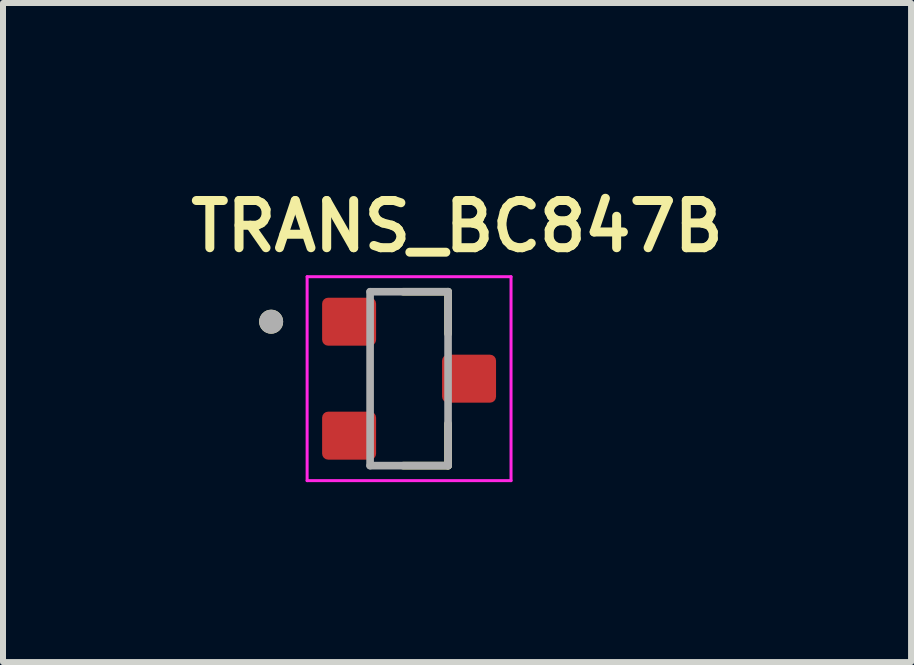
<source format=kicad_pcb>
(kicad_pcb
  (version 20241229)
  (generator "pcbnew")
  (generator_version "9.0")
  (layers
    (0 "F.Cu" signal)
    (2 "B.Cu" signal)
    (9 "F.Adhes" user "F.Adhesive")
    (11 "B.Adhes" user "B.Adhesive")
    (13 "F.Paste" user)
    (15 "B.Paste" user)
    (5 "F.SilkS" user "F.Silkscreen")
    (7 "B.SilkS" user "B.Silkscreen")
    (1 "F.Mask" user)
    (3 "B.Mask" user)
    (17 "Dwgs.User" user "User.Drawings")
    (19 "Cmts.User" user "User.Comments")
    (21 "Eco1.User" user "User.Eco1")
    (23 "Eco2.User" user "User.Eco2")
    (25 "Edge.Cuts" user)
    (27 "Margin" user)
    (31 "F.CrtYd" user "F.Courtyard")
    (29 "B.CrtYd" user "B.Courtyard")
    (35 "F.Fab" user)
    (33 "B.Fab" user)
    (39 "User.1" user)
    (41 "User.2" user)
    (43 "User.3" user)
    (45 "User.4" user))
  (footprint "TRANS_BC847B"
    (layer "F.Cu")
    (at 3.771 3.264)
    (property "Reference" "TRANS_BC847B" (at 0.8 -2.54 0) (layer "F.SilkS") (effects (font (size 0.787 0.787) (thickness 0.15))))
    (attr smd)
    (fp_line (start -0.1 -1.45) (end 0.65 -1.45) (stroke (width 0.127) (type solid)) (layer "F.SilkS"))
    (fp_line (start 0.65 -1.45) (end 0.65 -0.75) (stroke (width 0.127) (type solid)) (layer "F.SilkS"))
    (fp_line (start 0.65 0.75) (end 0.65 1.45) (stroke (width 0.127) (type solid)) (layer "F.SilkS"))
    (fp_line (start 0.65 1.45) (end -0.1 1.45) (stroke (width 0.127) (type solid)) (layer "F.SilkS"))
    (fp_circle (center -2.3 -0.95) (end -2.2 -0.95) (stroke (width 0.2) (type solid)) (fill no) (layer "F.SilkS"))
    (fp_line (start -1.7 -1.7) (end 1.7 -1.7) (stroke (width 0.05) (type solid)) (layer "F.CrtYd"))
    (fp_line (start -1.7 1.7) (end -1.7 -1.7) (stroke (width 0.05) (type solid)) (layer "F.CrtYd"))
    (fp_line (start 1.7 -1.7) (end 1.7 1.7) (stroke (width 0.05) (type solid)) (layer "F.CrtYd"))
    (fp_line (start 1.7 1.7) (end -1.7 1.7) (stroke (width 0.05) (type solid)) (layer "F.CrtYd"))
    (fp_line (start -0.65 -1.45) (end 0.65 -1.45) (stroke (width 0.127) (type solid)) (layer "F.Fab"))
    (fp_line (start -0.65 1.45) (end -0.65 -1.45) (stroke (width 0.127) (type solid)) (layer "F.Fab"))
    (fp_line (start 0.65 -1.45) (end 0.65 1.45) (stroke (width 0.127) (type solid)) (layer "F.Fab"))
    (fp_line (start 0.65 1.45) (end -0.65 1.45) (stroke (width 0.127) (type solid)) (layer "F.Fab"))
    (fp_circle (center -2.3 -0.95) (end -2.2 -0.95) (stroke (width 0.2) (type solid)) (fill no) (layer "F.Fab"))
    (pad "1" smd roundrect (at -1 -0.95) (size 0.9 0.8) (layers "F.Cu" "F.Mask" "F.Paste") (roundrect_rratio 0.125))
    (pad "2" smd roundrect (at -1 0.95) (size 0.9 0.8) (layers "F.Cu" "F.Mask" "F.Paste") (roundrect_rratio 0.125))
    (pad "3" smd roundrect (at 1 0) (size 0.9 0.8) (layers "F.Cu" "F.Mask" "F.Paste") (roundrect_rratio 0.125)))
  (gr_rect
    (start -3 -3)
    (end 12.141 7.989)
    (stroke (width 0.1) (type default))
    (fill no)
    (layer "Edge.Cuts")))
</source>
